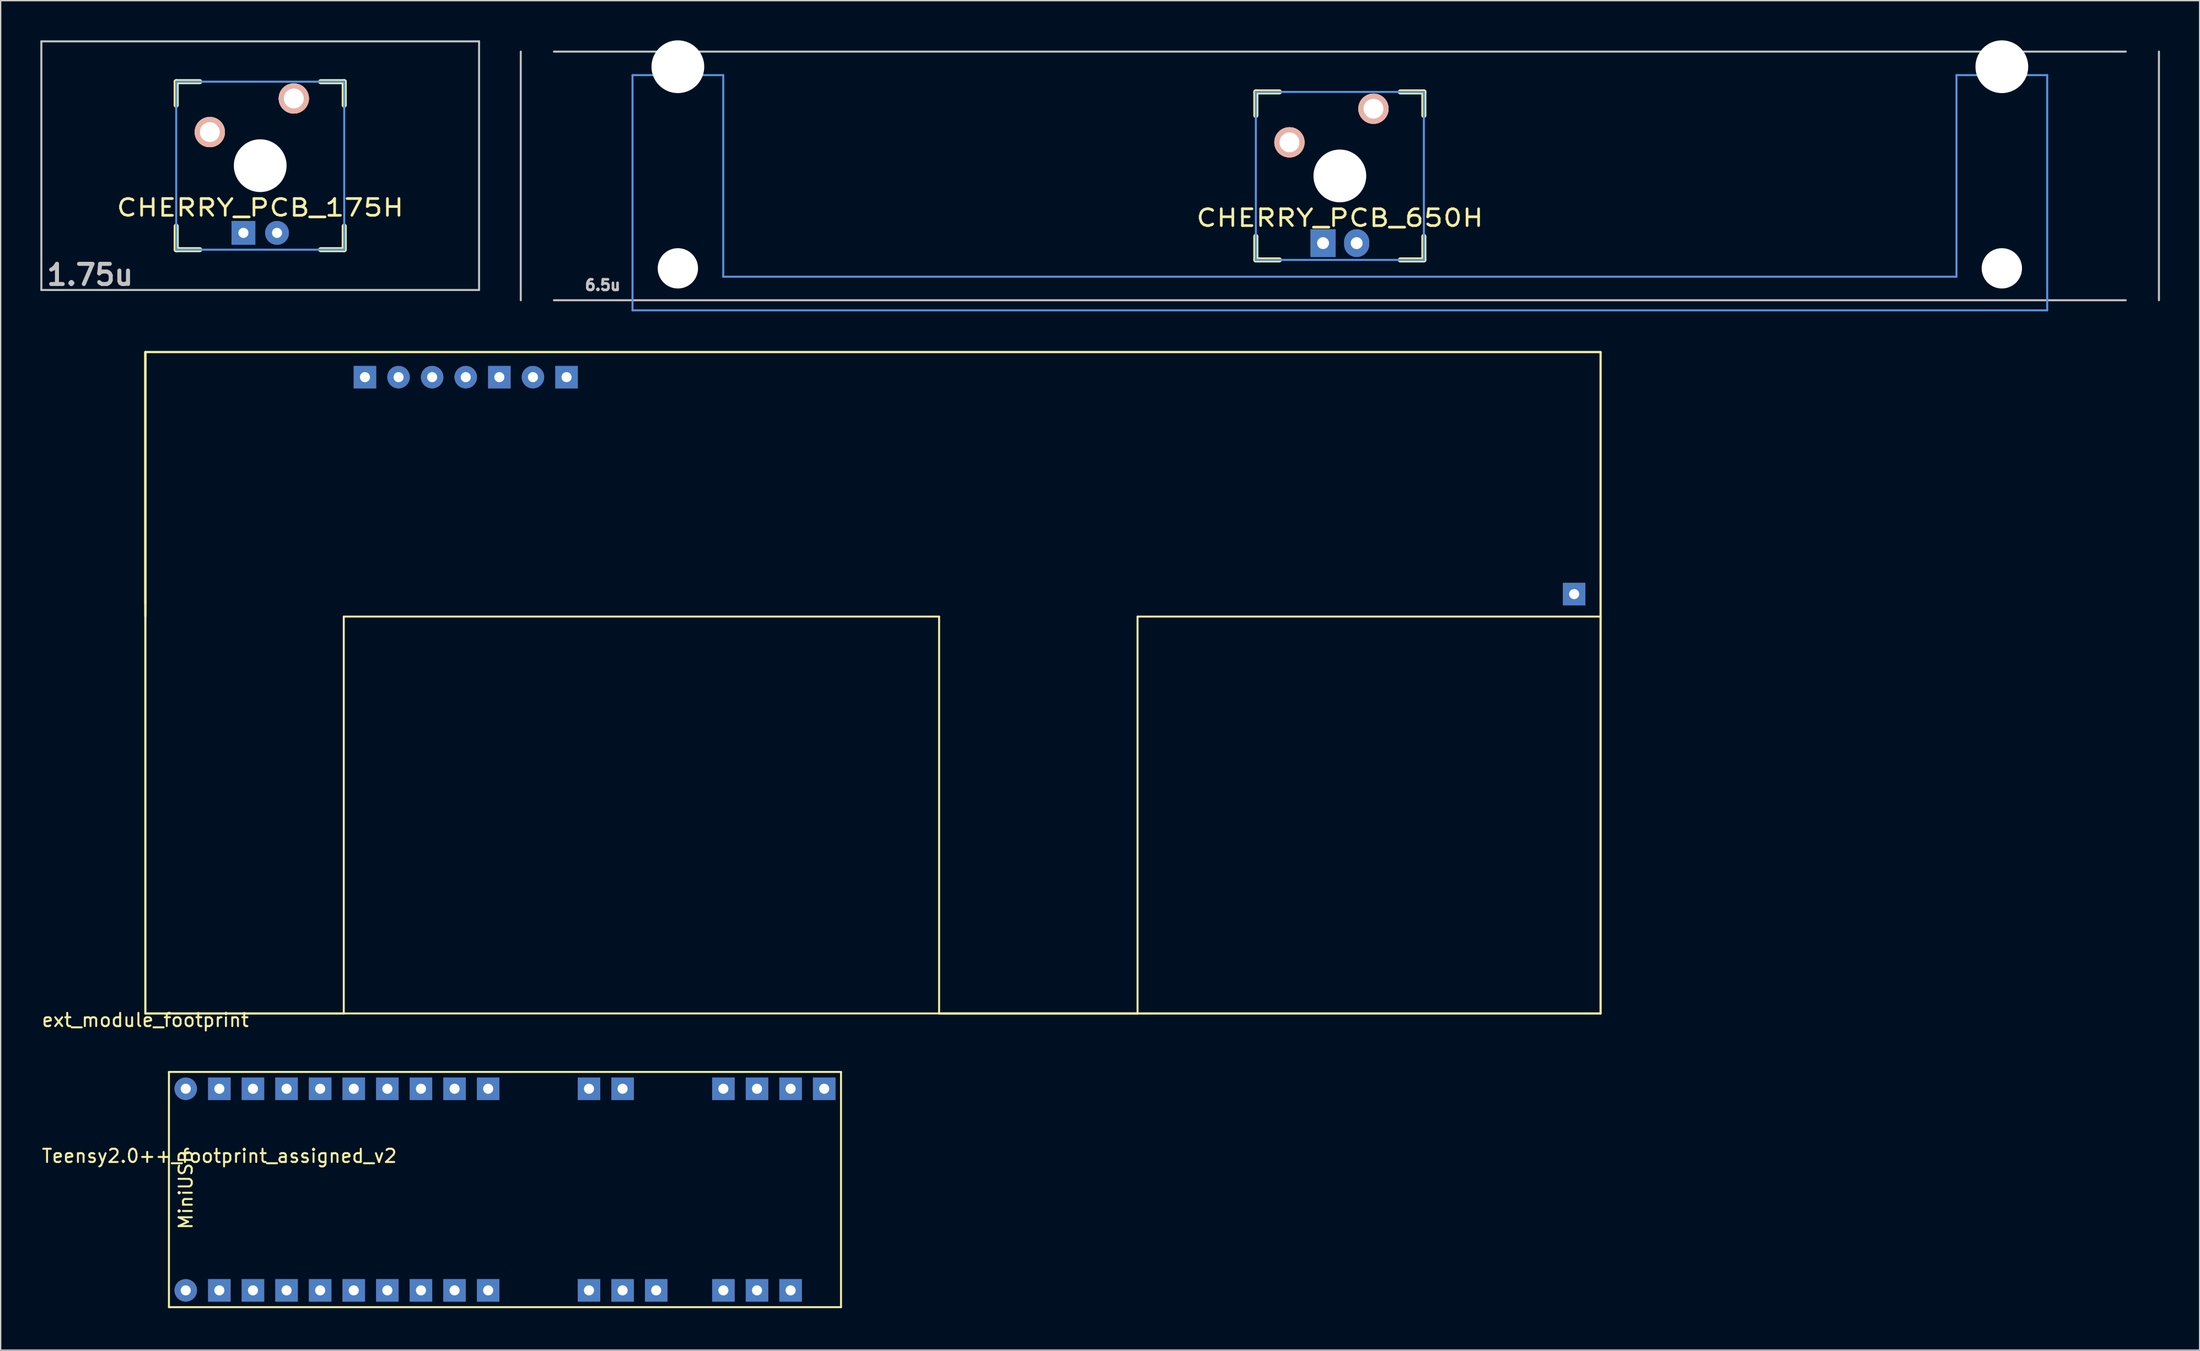
<source format=kicad_pcb>
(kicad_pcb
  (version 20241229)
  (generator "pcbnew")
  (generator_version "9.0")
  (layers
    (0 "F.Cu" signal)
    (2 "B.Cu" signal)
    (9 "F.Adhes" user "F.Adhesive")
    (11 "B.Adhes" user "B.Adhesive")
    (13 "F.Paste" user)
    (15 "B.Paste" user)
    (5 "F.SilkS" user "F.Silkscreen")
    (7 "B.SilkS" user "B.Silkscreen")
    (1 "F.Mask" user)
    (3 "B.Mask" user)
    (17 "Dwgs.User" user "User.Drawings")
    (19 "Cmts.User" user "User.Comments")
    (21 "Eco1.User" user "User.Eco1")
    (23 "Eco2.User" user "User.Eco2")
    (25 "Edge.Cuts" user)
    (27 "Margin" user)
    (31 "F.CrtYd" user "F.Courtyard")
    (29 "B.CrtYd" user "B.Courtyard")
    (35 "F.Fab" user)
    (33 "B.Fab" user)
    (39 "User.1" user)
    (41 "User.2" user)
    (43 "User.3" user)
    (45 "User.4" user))
  (footprint "ext_module_footprint"
    (layer "F.Cu")
    (at 7.935 73.56)
    (property "Reference" "ext_module_footprint" (at 0 0.5 0) (layer "F.SilkS") (effects (font (size 1 1) (thickness 0.15))))
    (attr through_hole)
    (fp_line (start 0 -50) (end 110 -50) (stroke (width 0.15) (type solid)) (layer "F.Mask"))
    (fp_line (start 0 -30) (end 0 -50) (stroke (width 0.15) (type solid)) (layer "F.Mask"))
    (fp_line (start 0 -30) (end 110 -30) (stroke (width 0.15) (type solid)) (layer "F.Mask"))
    (fp_line (start 0 0) (end 0 -30) (stroke (width 0.15) (type solid)) (layer "F.Mask"))
    (fp_line (start 0 0) (end 15 0) (stroke (width 0.15) (type solid)) (layer "F.Mask"))
    (fp_line (start 0 0) (end 60 0) (stroke (width 0.15) (type solid)) (layer "F.Mask"))
    (fp_line (start 15 0) (end 15 -50) (stroke (width 0.15) (type solid)) (layer "F.Mask"))
    (fp_line (start 60 0) (end 60 -50) (stroke (width 0.15) (type solid)) (layer "F.Mask"))
    (fp_line (start 110 -50) (end 110 -30) (stroke (width 0.15) (type solid)) (layer "F.Mask"))
    (fp_line (start 110 -30) (end 110 0) (stroke (width 0.15) (type solid)) (layer "F.Mask"))
    (fp_line (start 110 0) (end 60 0) (stroke (width 0.15) (type solid)) (layer "F.Mask"))
    (fp_line (start 0 -50) (end 0 -31) (stroke (width 0.15) (type solid)) (layer "F.SilkS"))
    (fp_line (start 0 -50) (end 0 -30) (stroke (width 0.15) (type solid)) (layer "F.SilkS"))
    (fp_line (start 0 -50) (end 0 0) (stroke (width 0.15) (type solid)) (layer "F.SilkS"))
    (fp_line (start 0 -31) (end 0 -50) (stroke (width 0.15) (type solid)) (layer "F.SilkS"))
    (fp_line (start 0 -30) (end 0 -50) (stroke (width 0.15) (type solid)) (layer "F.SilkS"))
    (fp_line (start 0 0) (end 0 -50) (stroke (width 0.15) (type solid)) (layer "F.SilkS"))
    (fp_line (start 0 0) (end 15 0) (stroke (width 0.15) (type solid)) (layer "F.SilkS"))
    (fp_line (start 0 0) (end 110 0) (stroke (width 0.15) (type solid)) (layer "F.SilkS"))
    (fp_line (start 15 -30) (end 60 -30) (stroke (width 0.15) (type solid)) (layer "F.SilkS"))
    (fp_line (start 15 0) (end 15 -30) (stroke (width 0.15) (type solid)) (layer "F.SilkS"))
    (fp_line (start 60 -30) (end 60 0) (stroke (width 0.15) (type solid)) (layer "F.SilkS"))
    (fp_line (start 60 0) (end 75 0) (stroke (width 0.15) (type solid)) (layer "F.SilkS"))
    (fp_line (start 60 0) (end 110 0) (stroke (width 0.15) (type solid)) (layer "F.SilkS"))
    (fp_line (start 75 -30) (end 110 -30) (stroke (width 0.15) (type solid)) (layer "F.SilkS"))
    (fp_line (start 75 0) (end 75 -30) (stroke (width 0.15) (type solid)) (layer "F.SilkS"))
    (fp_line (start 110 -50) (end 0 -50) (stroke (width 0.15) (type solid)) (layer "F.SilkS"))
    (fp_line (start 110 -50) (end 0 -50) (stroke (width 0.15) (type solid)) (layer "F.SilkS"))
    (fp_line (start 110 0) (end 110 -50) (stroke (width 0.15) (type solid)) (layer "F.SilkS"))
    (fp_line (start 110 0) (end 110 -50) (stroke (width 0.15) (type solid)) (layer "F.SilkS"))
    (pad "1" thru_hole rect (at 16.6 -48.1) (size 1.7 1.7) (drill 0.762) (layers "*.Cu" "*.Mask"))
    (pad "2" thru_hole circle (at 19.14 -48.1) (size 1.7 1.7) (drill 0.762) (layers "*.Cu" "*.Mask"))
    (pad "3" thru_hole circle (at 21.68 -48.1) (size 1.7 1.7) (drill 0.762) (layers "*.Cu" "*.Mask"))
    (pad "4" thru_hole circle (at 24.22 -48.1) (size 1.7 1.7) (drill 0.762) (layers "*.Cu" "*.Mask"))
    (pad "5" thru_hole rect (at 26.76 -48.1) (size 1.7 1.7) (drill 0.762) (layers "*.Cu" "*.Mask"))
    (pad "6" thru_hole circle (at 29.3 -48.1) (size 1.7 1.7) (drill 0.762) (layers "*.Cu" "*.Mask"))
    (pad "7" thru_hole rect (at 31.84 -48.1) (size 1.7 1.7) (drill 0.762) (layers "*.Cu" "*.Mask"))
    (pad "8" thru_hole rect (at 108 -31.7) (size 1.7 1.7) (drill 0.762) (layers "*.Cu" "*.Mask")))
  (footprint "Teensy2.0++_footprint_assigned_v2"
    (layer "F.Cu")
    (at 9.72 95.763)
    (property "Reference" "Teensy2.0++_footprint_assigned_v2" (at 3.81 -11.43 0) (layer "F.SilkS") (effects (font (size 1 1) (thickness 0.15))))
    (attr through_hole)
    (fp_line (start 0 -12.7) (end 3.81 -12.7) (stroke (width 0.15) (type solid)) (layer "F.Mask"))
    (fp_line (start 3.81 -12.7) (end 3.81 -5.08) (stroke (width 0.15) (type solid)) (layer "F.Mask"))
    (fp_line (start 3.81 -5.08) (end 0 -5.08) (stroke (width 0.15) (type solid)) (layer "F.Mask"))
    (fp_line (start 0 -17.78) (end 50.8 -17.78) (stroke (width 0.15) (type solid)) (layer "F.SilkS"))
    (fp_line (start 0 0) (end 0 -17.78) (stroke (width 0.15) (type solid)) (layer "F.SilkS"))
    (fp_line (start 50.8 -17.78) (end 50.8 0) (stroke (width 0.15) (type solid)) (layer "F.SilkS"))
    (fp_line (start 50.8 0) (end 0 0) (stroke (width 0.15) (type solid)) (layer "F.SilkS"))
    (fp_text user "MiniUSB" (at 1.27 -8.89 90) (layer "F.SilkS") (effects (font (size 1 1) (thickness 0.15))))
    (pad "0" thru_hole rect (at 6.35 -1.27) (size 1.7 1.7) (drill 0.762) (layers "*.Cu" "*.Mask"))
    (pad "1" thru_hole rect (at 8.89 -1.27) (size 1.7 1.7) (drill 0.762) (layers "*.Cu" "*.Mask"))
    (pad "2" thru_hole rect (at 11.43 -1.27) (size 1.7 1.7) (drill 0.762) (layers "*.Cu" "*.Mask"))
    (pad "3" thru_hole rect (at 13.97 -1.27) (size 1.7 1.7) (drill 0.762) (layers "*.Cu" "*.Mask"))
    (pad "4" thru_hole rect (at 16.51 -1.27) (size 1.7 1.7) (drill 0.762) (layers "*.Cu" "*.Mask"))
    (pad "5" thru_hole rect (at 19.05 -1.27) (size 1.7 1.7) (drill 0.762) (layers "*.Cu" "*.Mask"))
    (pad "6" thru_hole rect (at 21.59 -1.27) (size 1.7 1.7) (drill 0.762) (layers "*.Cu" "*.Mask"))
    (pad "7" thru_hole rect (at 24.13 -1.27) (size 1.7 1.7) (drill 0.762) (layers "*.Cu" "*.Mask"))
    (pad "10" thru_hole rect (at 31.75 -1.27) (size 1.7 1.7) (drill 0.762) (layers "*.Cu" "*.Mask"))
    (pad "11" thru_hole rect (at 34.29 -1.27) (size 1.7 1.7) (drill 0.762) (layers "*.Cu" "*.Mask"))
    (pad "12" thru_hole rect (at 36.83 -1.27) (size 1.7 1.7) (drill 0.762) (layers "*.Cu" "*.Mask"))
    (pad "14" thru_hole rect (at 41.91 -1.27) (size 1.7 1.7) (drill 0.762) (layers "*.Cu" "*.Mask"))
    (pad "15" thru_hole rect (at 44.45 -1.27) (size 1.7 1.7) (drill 0.762) (layers "*.Cu" "*.Mask"))
    (pad "16" thru_hole rect (at 46.99 -1.27) (size 1.7 1.7) (drill 0.762) (layers "*.Cu" "*.Mask"))
    (pad "18" thru_hole rect (at 24.13 -16.51) (size 1.7 1.7) (drill 0.762) (layers "*.Cu" "*.Mask"))
    (pad "19" thru_hole rect (at 21.59 -16.51) (size 1.7 1.7) (drill 0.762) (layers "*.Cu" "*.Mask"))
    (pad "20" thru_hole rect (at 19.05 -16.51) (size 1.7 1.7) (drill 0.762) (layers "*.Cu" "*.Mask"))
    (pad "21" thru_hole rect (at 16.51 -16.51) (size 1.7 1.7) (drill 0.762) (layers "*.Cu" "*.Mask"))
    (pad "22" thru_hole rect (at 13.97 -16.51) (size 1.7 1.7) (drill 0.762) (layers "*.Cu" "*.Mask"))
    (pad "23" thru_hole rect (at 11.43 -16.51) (size 1.7 1.7) (drill 0.762) (layers "*.Cu" "*.Mask"))
    (pad "24" thru_hole rect (at 8.89 -16.51) (size 1.7 1.7) (drill 0.762) (layers "*.Cu" "*.Mask"))
    (pad "25" thru_hole rect (at 6.35 -16.51) (size 1.7 1.7) (drill 0.762) (layers "*.Cu" "*.Mask"))
    (pad "26" thru_hole rect (at 3.81 -16.51) (size 1.7 1.7) (drill 0.762) (layers "*.Cu" "*.Mask"))
    (pad "27" thru_hole rect (at 3.81 -1.27) (size 1.7 1.7) (drill 0.762) (layers "*.Cu" "*.Mask"))
    (pad "38" thru_hole rect (at 31.75 -16.51) (size 1.7 1.7) (drill 0.762) (layers "*.Cu" "*.Mask"))
    (pad "39" thru_hole rect (at 34.29 -16.51) (size 1.7 1.7) (drill 0.762) (layers "*.Cu" "*.Mask"))
    (pad "42" thru_hole rect (at 41.91 -16.51) (size 1.7 1.7) (drill 0.762) (layers "*.Cu" "*.Mask"))
    (pad "43" thru_hole rect (at 44.45 -16.51) (size 1.7 1.7) (drill 0.762) (layers "*.Cu" "*.Mask"))
    (pad "44" thru_hole rect (at 46.99 -16.51) (size 1.7 1.7) (drill 0.762) (layers "*.Cu" "*.Mask"))
    (pad "45" thru_hole rect (at 49.53 -16.51) (size 1.7 1.7) (drill 0.762) (layers "*.Cu" "*.Mask"))
    (pad "46" thru_hole circle (at 1.27 -16.51) (size 1.7 1.7) (drill 0.762) (layers "*.Cu" "*.Mask"))
    (pad "49" thru_hole circle (at 1.27 -1.27) (size 1.7 1.7) (drill 0.762) (layers "*.Cu" "*.Mask")))
  (footprint "CHERRY_PCB_650H"
    (layer "F.Cu")
    (at 98.227 10.249)
    (property "Reference" "CHERRY_PCB_650H" (at 0 3.175 0) (layer "F.SilkS") (effects (font (size 1.27 1.524) (thickness 0.203))))
    (attr through_hole)
    (fp_line (start -6.35 -6.35) (end -4.572 -6.35) (stroke (width 0.381) (type solid)) (layer "F.SilkS"))
    (fp_line (start -6.35 -4.572) (end -6.35 -6.35) (stroke (width 0.381) (type solid)) (layer "F.SilkS"))
    (fp_line (start -6.35 6.35) (end -6.35 4.572) (stroke (width 0.381) (type solid)) (layer "F.SilkS"))
    (fp_line (start -4.572 6.35) (end -6.35 6.35) (stroke (width 0.381) (type solid)) (layer "F.SilkS"))
    (fp_line (start 4.572 -6.35) (end 6.35 -6.35) (stroke (width 0.381) (type solid)) (layer "F.SilkS"))
    (fp_line (start 6.35 -6.35) (end 6.35 -4.572) (stroke (width 0.381) (type solid)) (layer "F.SilkS"))
    (fp_line (start 6.35 4.572) (end 6.35 6.35) (stroke (width 0.381) (type solid)) (layer "F.SilkS"))
    (fp_line (start 6.35 6.35) (end 4.572 6.35) (stroke (width 0.381) (type solid)) (layer "F.SilkS"))
    (fp_line (start -61.913 9.398) (end -61.913 -9.398) (stroke (width 0.152) (type solid)) (layer "Dwgs.User"))
    (fp_line (start -59.406 -9.398) (end 59.406 -9.398) (stroke (width 0.152) (type solid)) (layer "Dwgs.User"))
    (fp_line (start 59.406 9.398) (end -59.406 9.398) (stroke (width 0.152) (type solid)) (layer "Dwgs.User"))
    (fp_line (start 61.913 -9.398) (end 61.913 9.398) (stroke (width 0.152) (type solid)) (layer "Dwgs.User"))
    (fp_line (start -53.467 -7.62) (end -53.467 10.16) (stroke (width 0.152) (type solid)) (layer "Cmts.User"))
    (fp_line (start -53.467 10.16) (end 53.467 10.16) (stroke (width 0.152) (type solid)) (layer "Cmts.User"))
    (fp_line (start -46.609 -7.62) (end -53.467 -7.62) (stroke (width 0.152) (type solid)) (layer "Cmts.User"))
    (fp_line (start -46.609 7.62) (end -46.609 -7.62) (stroke (width 0.152) (type solid)) (layer "Cmts.User"))
    (fp_line (start -6.35 -6.35) (end 6.35 -6.35) (stroke (width 0.152) (type solid)) (layer "Cmts.User"))
    (fp_line (start -6.35 6.35) (end -6.35 -6.35) (stroke (width 0.152) (type solid)) (layer "Cmts.User"))
    (fp_line (start 6.35 -6.35) (end 6.35 6.35) (stroke (width 0.152) (type solid)) (layer "Cmts.User"))
    (fp_line (start 6.35 6.35) (end -6.35 6.35) (stroke (width 0.152) (type solid)) (layer "Cmts.User"))
    (fp_line (start 46.609 -7.62) (end 46.609 7.62) (stroke (width 0.152) (type solid)) (layer "Cmts.User"))
    (fp_line (start 46.609 7.62) (end -46.609 7.62) (stroke (width 0.152) (type solid)) (layer "Cmts.User"))
    (fp_line (start 53.467 -7.62) (end 46.609 -7.62) (stroke (width 0.152) (type solid)) (layer "Cmts.User"))
    (fp_line (start 53.467 10.16) (end 53.467 -7.62) (stroke (width 0.152) (type solid)) (layer "Cmts.User"))
    (fp_line (start -54.229 -2.286) (end -53.365 -2.286) (stroke (width 0.152) (type solid)) (layer "Eco2.User"))
    (fp_line (start -54.229 0.508) (end -54.229 -2.286) (stroke (width 0.152) (type solid)) (layer "Eco2.User"))
    (fp_line (start -53.365 -5.69) (end -46.711 -5.69) (stroke (width 0.152) (type solid)) (layer "Eco2.User"))
    (fp_line (start -53.365 -2.286) (end -53.365 -5.69) (stroke (width 0.152) (type solid)) (layer "Eco2.User"))
    (fp_line (start -53.365 0.508) (end -54.229 0.508) (stroke (width 0.152) (type solid)) (layer "Eco2.User"))
    (fp_line (start -53.365 6.604) (end -53.365 0.508) (stroke (width 0.152) (type solid)) (layer "Eco2.User"))
    (fp_line (start -52.324 6.604) (end -53.365 6.604) (stroke (width 0.152) (type solid)) (layer "Eco2.User"))
    (fp_line (start -52.324 7.772) (end -52.324 6.604) (stroke (width 0.152) (type solid)) (layer "Eco2.User"))
    (fp_line (start -47.752 6.604) (end -47.752 7.772) (stroke (width 0.152) (type solid)) (layer "Eco2.User"))
    (fp_line (start -47.752 7.772) (end -52.324 7.772) (stroke (width 0.152) (type solid)) (layer "Eco2.User"))
    (fp_line (start -46.711 -5.69) (end -46.711 -2.286) (stroke (width 0.152) (type solid)) (layer "Eco2.User"))
    (fp_line (start -46.711 -2.286) (end -6.985 -2.286) (stroke (width 0.152) (type solid)) (layer "Eco2.User"))
    (fp_line (start -46.711 2.286) (end -46.711 6.604) (stroke (width 0.152) (type solid)) (layer "Eco2.User"))
    (fp_line (start -46.711 6.604) (end -47.752 6.604) (stroke (width 0.152) (type solid)) (layer "Eco2.User"))
    (fp_line (start -6.985 -6.985) (end 6.985 -6.985) (stroke (width 0.152) (type solid)) (layer "Eco2.User"))
    (fp_line (start -6.985 -2.286) (end -6.985 -6.985) (stroke (width 0.152) (type solid)) (layer "Eco2.User"))
    (fp_line (start -6.985 2.286) (end -46.711 2.286) (stroke (width 0.152) (type solid)) (layer "Eco2.User"))
    (fp_line (start -6.985 6.985) (end -6.985 2.286) (stroke (width 0.152) (type solid)) (layer "Eco2.User"))
    (fp_line (start 6.985 -6.985) (end 6.985 -2.286) (stroke (width 0.152) (type solid)) (layer "Eco2.User"))
    (fp_line (start 6.985 -2.286) (end 46.711 -2.286) (stroke (width 0.152) (type solid)) (layer "Eco2.User"))
    (fp_line (start 6.985 2.286) (end 6.985 6.985) (stroke (width 0.152) (type solid)) (layer "Eco2.User"))
    (fp_line (start 6.985 6.985) (end -6.985 6.985) (stroke (width 0.152) (type solid)) (layer "Eco2.User"))
    (fp_line (start 46.711 -5.69) (end 53.365 -5.69) (stroke (width 0.152) (type solid)) (layer "Eco2.User"))
    (fp_line (start 46.711 -2.286) (end 46.711 -5.69) (stroke (width 0.152) (type solid)) (layer "Eco2.User"))
    (fp_line (start 46.711 2.286) (end 6.985 2.286) (stroke (width 0.152) (type solid)) (layer "Eco2.User"))
    (fp_line (start 46.711 6.604) (end 46.711 2.286) (stroke (width 0.152) (type solid)) (layer "Eco2.User"))
    (fp_line (start 47.752 6.604) (end 46.711 6.604) (stroke (width 0.152) (type solid)) (layer "Eco2.User"))
    (fp_line (start 47.752 7.772) (end 47.752 6.604) (stroke (width 0.152) (type solid)) (layer "Eco2.User"))
    (fp_line (start 52.324 6.604) (end 52.324 7.772) (stroke (width 0.152) (type solid)) (layer "Eco2.User"))
    (fp_line (start 52.324 7.772) (end 47.752 7.772) (stroke (width 0.152) (type solid)) (layer "Eco2.User"))
    (fp_line (start 53.365 -5.69) (end 53.365 -2.286) (stroke (width 0.152) (type solid)) (layer "Eco2.User"))
    (fp_line (start 53.365 -2.286) (end 54.229 -2.286) (stroke (width 0.152) (type solid)) (layer "Eco2.User"))
    (fp_line (start 53.365 0.508) (end 53.365 6.604) (stroke (width 0.152) (type solid)) (layer "Eco2.User"))
    (fp_line (start 53.365 6.604) (end 52.324 6.604) (stroke (width 0.152) (type solid)) (layer "Eco2.User"))
    (fp_line (start 54.229 -2.286) (end 54.229 0.508) (stroke (width 0.152) (type solid)) (layer "Eco2.User"))
    (fp_line (start 54.229 0.508) (end 53.365 0.508) (stroke (width 0.152) (type solid)) (layer "Eco2.User"))
    (fp_text user "6.5u" (at -55.723 8.255 0) (layer "Dwgs.User") (effects (font (size 0.8 0.8) (thickness 0.2))))
    (pad "" np_thru_hole circle (at -50.038 -8.255) (size 3.988 3.988) (drill 3.988) (layers "*.Cu"))
    (pad "" np_thru_hole circle (at -50.038 6.985) (size 3.048 3.048) (drill 3.048) (layers "*.Cu"))
    (pad "" np_thru_hole circle (at 0 0) (size 3.988 3.988) (drill 3.988) (layers "*.Cu"))
    (pad "" np_thru_hole circle (at 50.038 -8.255) (size 3.988 3.988) (drill 3.988) (layers "*.Cu"))
    (pad "" np_thru_hole circle (at 50.038 6.985) (size 3.048 3.048) (drill 3.048) (layers "*.Cu"))
    (pad "1" thru_hole circle (at 2.54 -5.08) (size 2.286 2.286) (drill 1.499) (layers "*.Cu" "*.SilkS" "*.Mask"))
    (pad "2" thru_hole circle (at -3.81 -2.54) (size 2.286 2.286) (drill 1.499) (layers "*.Cu" "*.SilkS" "*.Mask"))
    (pad "3" thru_hole oval (at 1.27 5.08) (size 1.9 2.1) (drill 0.9) (layers "*.Cu" "*.Mask"))
    (pad "4" thru_hole rect (at -1.27 5.08) (size 1.9 2.1) (drill 0.9) (layers "*.Cu" "*.Mask")))
  (footprint "CHERRY_PCB_175H"
    (layer "F.Cu")
    (at 16.619 9.474)
    (property "Reference" "CHERRY_PCB_175H" (at 0 3.175 0) (layer "F.SilkS") (effects (font (size 1.27 1.524) (thickness 0.203))))
    (attr through_hole)
    (fp_line (start -6.35 -6.35) (end -4.572 -6.35) (stroke (width 0.381) (type solid)) (layer "F.SilkS"))
    (fp_line (start -6.35 -4.572) (end -6.35 -6.35) (stroke (width 0.381) (type solid)) (layer "F.SilkS"))
    (fp_line (start -6.35 6.35) (end -6.35 4.572) (stroke (width 0.381) (type solid)) (layer "F.SilkS"))
    (fp_line (start -4.572 6.35) (end -6.35 6.35) (stroke (width 0.381) (type solid)) (layer "F.SilkS"))
    (fp_line (start 4.572 -6.35) (end 6.35 -6.35) (stroke (width 0.381) (type solid)) (layer "F.SilkS"))
    (fp_line (start 6.35 -6.35) (end 6.35 -4.572) (stroke (width 0.381) (type solid)) (layer "F.SilkS"))
    (fp_line (start 6.35 4.572) (end 6.35 6.35) (stroke (width 0.381) (type solid)) (layer "F.SilkS"))
    (fp_line (start 6.35 6.35) (end 4.572 6.35) (stroke (width 0.381) (type solid)) (layer "F.SilkS"))
    (fp_line (start -16.543 -9.398) (end 16.543 -9.398) (stroke (width 0.152) (type solid)) (layer "Dwgs.User"))
    (fp_line (start -16.543 9.398) (end -16.543 -9.398) (stroke (width 0.152) (type solid)) (layer "Dwgs.User"))
    (fp_line (start 16.543 -9.398) (end 16.543 9.398) (stroke (width 0.152) (type solid)) (layer "Dwgs.User"))
    (fp_line (start 16.543 9.398) (end -16.543 9.398) (stroke (width 0.152) (type solid)) (layer "Dwgs.User"))
    (fp_line (start -6.35 -6.35) (end 6.35 -6.35) (stroke (width 0.152) (type solid)) (layer "Cmts.User"))
    (fp_line (start -6.35 6.35) (end -6.35 -6.35) (stroke (width 0.152) (type solid)) (layer "Cmts.User"))
    (fp_line (start 6.35 -6.35) (end 6.35 6.35) (stroke (width 0.152) (type solid)) (layer "Cmts.User"))
    (fp_line (start 6.35 6.35) (end -6.35 6.35) (stroke (width 0.152) (type solid)) (layer "Cmts.User"))
    (fp_line (start -6.985 -6.985) (end 6.985 -6.985) (stroke (width 0.152) (type solid)) (layer "Eco2.User"))
    (fp_line (start -6.985 6.985) (end -6.985 -6.985) (stroke (width 0.152) (type solid)) (layer "Eco2.User"))
    (fp_line (start 6.985 -6.985) (end 6.985 6.985) (stroke (width 0.152) (type solid)) (layer "Eco2.User"))
    (fp_line (start 6.985 6.985) (end -6.985 6.985) (stroke (width 0.152) (type solid)) (layer "Eco2.User"))
    (fp_text user "1.75u" (at -12.86 8.255 0) (layer "Dwgs.User") (effects (font (size 1.524 1.524) (thickness 0.305))))
    (pad "" np_thru_hole circle (at 0 0) (size 3.988 3.988) (drill 3.988) (layers "*.Cu"))
    (pad "1" thru_hole circle (at 2.54 -5.08) (size 2.286 2.286) (drill 1.499) (layers "*.Cu" "*.SilkS" "*.Mask"))
    (pad "2" thru_hole circle (at -3.81 -2.54) (size 2.286 2.286) (drill 1.499) (layers "*.Cu" "*.SilkS" "*.Mask"))
    (pad "3" thru_hole circle (at 1.27 5.08) (size 1.8 1.8) (drill 0.762) (layers "*.Cu" "*.Mask"))
    (pad "4" thru_hole rect (at -1.27 5.08) (size 1.8 1.8) (drill 0.762) (layers "*.Cu" "*.Mask")))
  (gr_rect
    (start -3 -3)
    (end 163.216 99.013)
    (stroke (width 0.1) (type default))
    (fill no)
    (layer "Edge.Cuts")))
</source>
